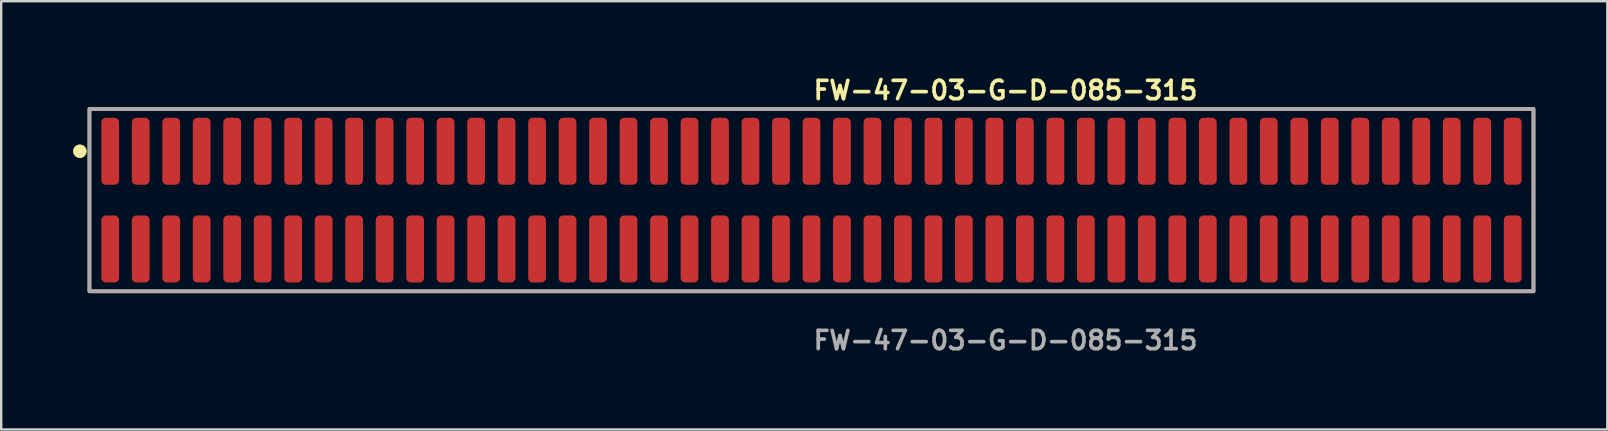
<source format=kicad_pcb>
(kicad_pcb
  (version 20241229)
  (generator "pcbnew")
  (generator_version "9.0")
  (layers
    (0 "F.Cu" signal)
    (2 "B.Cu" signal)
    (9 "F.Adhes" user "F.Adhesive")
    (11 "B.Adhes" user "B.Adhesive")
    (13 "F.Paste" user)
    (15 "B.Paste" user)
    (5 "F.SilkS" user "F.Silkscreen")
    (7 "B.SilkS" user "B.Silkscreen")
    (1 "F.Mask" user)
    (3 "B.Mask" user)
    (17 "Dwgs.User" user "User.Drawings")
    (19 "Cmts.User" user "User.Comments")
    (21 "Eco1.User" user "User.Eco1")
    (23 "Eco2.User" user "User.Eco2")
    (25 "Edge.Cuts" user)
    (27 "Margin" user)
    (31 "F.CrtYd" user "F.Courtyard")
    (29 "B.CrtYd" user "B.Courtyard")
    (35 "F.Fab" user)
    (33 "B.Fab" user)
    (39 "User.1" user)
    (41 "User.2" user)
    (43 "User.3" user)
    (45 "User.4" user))
  (footprint "FW-47-03-G-D-085-315"
    (layer "F.Cu")
    (at 30.751 5.285)
    (property "Reference" "FW-47-03-G-D-085-315" (at 0 -4.572 0) (unlocked yes) (layer "F.SilkS") (effects (font (size 0.762 0.762) (thickness 0.152)) (justify left)))
    (fp_rect (start -30.075 3.8) (end 30.075 -3.8) (stroke (width 0.152) (type solid)) (fill no) (layer "F.SilkS"))
    (fp_circle (center -30.475 -2.035) (end -30.675 -2.035) (stroke (width 0.152) (type solid)) (fill yes) (layer "F.SilkS"))
    (fp_circle (center -30.475 -2.035) (end -30.675 -2.035) (stroke (width 0.152) (type solid)) (fill yes) (layer "F.SilkS"))
    (fp_rect (start -30.075 3.8) (end 30.075 -3.8) (stroke (width 0.006) (type solid)) (fill no) (layer "F.CrtYd"))
    (fp_rect (start -30.075 3.8) (end 30.075 -3.8) (stroke (width 0.152) (type solid)) (fill no) (layer "F.Fab"))
    (fp_text user "${REFERENCE}" (at 0 5.842 0) (unlocked yes) (layer "F.Fab") (effects (font (size 0.762 0.762) (thickness 0.152)) (justify left)))
    (pad "1" smd roundrect (at -29.21 -2.035) (size 0.74 2.79) (layers "F.Cu" "F.Paste") (roundrect_rratio 0.25))
    (pad "2" smd roundrect (at -29.21 2.035) (size 0.74 2.79) (layers "F.Cu" "F.Paste") (roundrect_rratio 0.25))
    (pad "3" smd roundrect (at -27.94 -2.035) (size 0.74 2.79) (layers "F.Cu" "F.Paste") (roundrect_rratio 0.25))
    (pad "4" smd roundrect (at -27.94 2.035) (size 0.74 2.79) (layers "F.Cu" "F.Paste") (roundrect_rratio 0.25))
    (pad "5" smd roundrect (at -26.67 -2.035) (size 0.74 2.79) (layers "F.Cu" "F.Paste") (roundrect_rratio 0.25))
    (pad "6" smd roundrect (at -26.67 2.035) (size 0.74 2.79) (layers "F.Cu" "F.Paste") (roundrect_rratio 0.25))
    (pad "7" smd roundrect (at -25.4 -2.035) (size 0.74 2.79) (layers "F.Cu" "F.Paste") (roundrect_rratio 0.25))
    (pad "8" smd roundrect (at -25.4 2.035) (size 0.74 2.79) (layers "F.Cu" "F.Paste") (roundrect_rratio 0.25))
    (pad "9" smd roundrect (at -24.13 -2.035) (size 0.74 2.79) (layers "F.Cu" "F.Paste") (roundrect_rratio 0.25))
    (pad "10" smd roundrect (at -24.13 2.035) (size 0.74 2.79) (layers "F.Cu" "F.Paste") (roundrect_rratio 0.25))
    (pad "11" smd roundrect (at -22.86 -2.035) (size 0.74 2.79) (layers "F.Cu" "F.Paste") (roundrect_rratio 0.25))
    (pad "12" smd roundrect (at -22.86 2.035) (size 0.74 2.79) (layers "F.Cu" "F.Paste") (roundrect_rratio 0.25))
    (pad "13" smd roundrect (at -21.59 -2.035) (size 0.74 2.79) (layers "F.Cu" "F.Paste") (roundrect_rratio 0.25))
    (pad "14" smd roundrect (at -21.59 2.035) (size 0.74 2.79) (layers "F.Cu" "F.Paste") (roundrect_rratio 0.25))
    (pad "15" smd roundrect (at -20.32 -2.035) (size 0.74 2.79) (layers "F.Cu" "F.Paste") (roundrect_rratio 0.25))
    (pad "16" smd roundrect (at -20.32 2.035) (size 0.74 2.79) (layers "F.Cu" "F.Paste") (roundrect_rratio 0.25))
    (pad "17" smd roundrect (at -19.05 -2.035) (size 0.74 2.79) (layers "F.Cu" "F.Paste") (roundrect_rratio 0.25))
    (pad "18" smd roundrect (at -19.05 2.035) (size 0.74 2.79) (layers "F.Cu" "F.Paste") (roundrect_rratio 0.25))
    (pad "19" smd roundrect (at -17.78 -2.035) (size 0.74 2.79) (layers "F.Cu" "F.Paste") (roundrect_rratio 0.25))
    (pad "20" smd roundrect (at -17.78 2.035) (size 0.74 2.79) (layers "F.Cu" "F.Paste") (roundrect_rratio 0.25))
    (pad "21" smd roundrect (at -16.51 -2.035) (size 0.74 2.79) (layers "F.Cu" "F.Paste") (roundrect_rratio 0.25))
    (pad "22" smd roundrect (at -16.51 2.035) (size 0.74 2.79) (layers "F.Cu" "F.Paste") (roundrect_rratio 0.25))
    (pad "23" smd roundrect (at -15.24 -2.035) (size 0.74 2.79) (layers "F.Cu" "F.Paste") (roundrect_rratio 0.25))
    (pad "24" smd roundrect (at -15.24 2.035) (size 0.74 2.79) (layers "F.Cu" "F.Paste") (roundrect_rratio 0.25))
    (pad "25" smd roundrect (at -13.97 -2.035) (size 0.74 2.79) (layers "F.Cu" "F.Paste") (roundrect_rratio 0.25))
    (pad "26" smd roundrect (at -13.97 2.035) (size 0.74 2.79) (layers "F.Cu" "F.Paste") (roundrect_rratio 0.25))
    (pad "27" smd roundrect (at -12.7 -2.035) (size 0.74 2.79) (layers "F.Cu" "F.Paste") (roundrect_rratio 0.25))
    (pad "28" smd roundrect (at -12.7 2.035) (size 0.74 2.79) (layers "F.Cu" "F.Paste") (roundrect_rratio 0.25))
    (pad "29" smd roundrect (at -11.43 -2.035) (size 0.74 2.79) (layers "F.Cu" "F.Paste") (roundrect_rratio 0.25))
    (pad "30" smd roundrect (at -11.43 2.035) (size 0.74 2.79) (layers "F.Cu" "F.Paste") (roundrect_rratio 0.25))
    (pad "31" smd roundrect (at -10.16 -2.035) (size 0.74 2.79) (layers "F.Cu" "F.Paste") (roundrect_rratio 0.25))
    (pad "32" smd roundrect (at -10.16 2.035) (size 0.74 2.79) (layers "F.Cu" "F.Paste") (roundrect_rratio 0.25))
    (pad "33" smd roundrect (at -8.89 -2.035) (size 0.74 2.79) (layers "F.Cu" "F.Paste") (roundrect_rratio 0.25))
    (pad "34" smd roundrect (at -8.89 2.035) (size 0.74 2.79) (layers "F.Cu" "F.Paste") (roundrect_rratio 0.25))
    (pad "35" smd roundrect (at -7.62 -2.035) (size 0.74 2.79) (layers "F.Cu" "F.Paste") (roundrect_rratio 0.25))
    (pad "36" smd roundrect (at -7.62 2.035) (size 0.74 2.79) (layers "F.Cu" "F.Paste") (roundrect_rratio 0.25))
    (pad "37" smd roundrect (at -6.35 -2.035) (size 0.74 2.79) (layers "F.Cu" "F.Paste") (roundrect_rratio 0.25))
    (pad "38" smd roundrect (at -6.35 2.035) (size 0.74 2.79) (layers "F.Cu" "F.Paste") (roundrect_rratio 0.25))
    (pad "39" smd roundrect (at -5.08 -2.035) (size 0.74 2.79) (layers "F.Cu" "F.Paste") (roundrect_rratio 0.25))
    (pad "40" smd roundrect (at -5.08 2.035) (size 0.74 2.79) (layers "F.Cu" "F.Paste") (roundrect_rratio 0.25))
    (pad "41" smd roundrect (at -3.81 -2.035) (size 0.74 2.79) (layers "F.Cu" "F.Paste") (roundrect_rratio 0.25))
    (pad "42" smd roundrect (at -3.81 2.035) (size 0.74 2.79) (layers "F.Cu" "F.Paste") (roundrect_rratio 0.25))
    (pad "43" smd roundrect (at -2.54 -2.035) (size 0.74 2.79) (layers "F.Cu" "F.Paste") (roundrect_rratio 0.25))
    (pad "44" smd roundrect (at -2.54 2.035) (size 0.74 2.79) (layers "F.Cu" "F.Paste") (roundrect_rratio 0.25))
    (pad "45" smd roundrect (at -1.27 -2.035) (size 0.74 2.79) (layers "F.Cu" "F.Paste") (roundrect_rratio 0.25))
    (pad "46" smd roundrect (at -1.27 2.035) (size 0.74 2.79) (layers "F.Cu" "F.Paste") (roundrect_rratio 0.25))
    (pad "47" smd roundrect (at 0 -2.035) (size 0.74 2.79) (layers "F.Cu" "F.Paste") (roundrect_rratio 0.25))
    (pad "48" smd roundrect (at 0 2.035) (size 0.74 2.79) (layers "F.Cu" "F.Paste") (roundrect_rratio 0.25))
    (pad "49" smd roundrect (at 1.27 -2.035) (size 0.74 2.79) (layers "F.Cu" "F.Paste") (roundrect_rratio 0.25))
    (pad "50" smd roundrect (at 1.27 2.035) (size 0.74 2.79) (layers "F.Cu" "F.Paste") (roundrect_rratio 0.25))
    (pad "51" smd roundrect (at 2.54 -2.035) (size 0.74 2.79) (layers "F.Cu" "F.Paste") (roundrect_rratio 0.25))
    (pad "52" smd roundrect (at 2.54 2.035) (size 0.74 2.79) (layers "F.Cu" "F.Paste") (roundrect_rratio 0.25))
    (pad "53" smd roundrect (at 3.81 -2.035) (size 0.74 2.79) (layers "F.Cu" "F.Paste") (roundrect_rratio 0.25))
    (pad "54" smd roundrect (at 3.81 2.035) (size 0.74 2.79) (layers "F.Cu" "F.Paste") (roundrect_rratio 0.25))
    (pad "55" smd roundrect (at 5.08 -2.035) (size 0.74 2.79) (layers "F.Cu" "F.Paste") (roundrect_rratio 0.25))
    (pad "56" smd roundrect (at 5.08 2.035) (size 0.74 2.79) (layers "F.Cu" "F.Paste") (roundrect_rratio 0.25))
    (pad "57" smd roundrect (at 6.35 -2.035) (size 0.74 2.79) (layers "F.Cu" "F.Paste") (roundrect_rratio 0.25))
    (pad "58" smd roundrect (at 6.35 2.035) (size 0.74 2.79) (layers "F.Cu" "F.Paste") (roundrect_rratio 0.25))
    (pad "59" smd roundrect (at 7.62 -2.035) (size 0.74 2.79) (layers "F.Cu" "F.Paste") (roundrect_rratio 0.25))
    (pad "60" smd roundrect (at 7.62 2.035) (size 0.74 2.79) (layers "F.Cu" "F.Paste") (roundrect_rratio 0.25))
    (pad "61" smd roundrect (at 8.89 -2.035) (size 0.74 2.79) (layers "F.Cu" "F.Paste") (roundrect_rratio 0.25))
    (pad "62" smd roundrect (at 8.89 2.035) (size 0.74 2.79) (layers "F.Cu" "F.Paste") (roundrect_rratio 0.25))
    (pad "63" smd roundrect (at 10.16 -2.035) (size 0.74 2.79) (layers "F.Cu" "F.Paste") (roundrect_rratio 0.25))
    (pad "64" smd roundrect (at 10.16 2.035) (size 0.74 2.79) (layers "F.Cu" "F.Paste") (roundrect_rratio 0.25))
    (pad "65" smd roundrect (at 11.43 -2.035) (size 0.74 2.79) (layers "F.Cu" "F.Paste") (roundrect_rratio 0.25))
    (pad "66" smd roundrect (at 11.43 2.035) (size 0.74 2.79) (layers "F.Cu" "F.Paste") (roundrect_rratio 0.25))
    (pad "67" smd roundrect (at 12.7 -2.035) (size 0.74 2.79) (layers "F.Cu" "F.Paste") (roundrect_rratio 0.25))
    (pad "68" smd roundrect (at 12.7 2.035) (size 0.74 2.79) (layers "F.Cu" "F.Paste") (roundrect_rratio 0.25))
    (pad "69" smd roundrect (at 13.97 -2.035) (size 0.74 2.79) (layers "F.Cu" "F.Paste") (roundrect_rratio 0.25))
    (pad "70" smd roundrect (at 13.97 2.035) (size 0.74 2.79) (layers "F.Cu" "F.Paste") (roundrect_rratio 0.25))
    (pad "71" smd roundrect (at 15.24 -2.035) (size 0.74 2.79) (layers "F.Cu" "F.Paste") (roundrect_rratio 0.25))
    (pad "72" smd roundrect (at 15.24 2.035) (size 0.74 2.79) (layers "F.Cu" "F.Paste") (roundrect_rratio 0.25))
    (pad "73" smd roundrect (at 16.51 -2.035) (size 0.74 2.79) (layers "F.Cu" "F.Paste") (roundrect_rratio 0.25))
    (pad "74" smd roundrect (at 16.51 2.035) (size 0.74 2.79) (layers "F.Cu" "F.Paste") (roundrect_rratio 0.25))
    (pad "75" smd roundrect (at 17.78 -2.035) (size 0.74 2.79) (layers "F.Cu" "F.Paste") (roundrect_rratio 0.25))
    (pad "76" smd roundrect (at 17.78 2.035) (size 0.74 2.79) (layers "F.Cu" "F.Paste") (roundrect_rratio 0.25))
    (pad "77" smd roundrect (at 19.05 -2.035) (size 0.74 2.79) (layers "F.Cu" "F.Paste") (roundrect_rratio 0.25))
    (pad "78" smd roundrect (at 19.05 2.035) (size 0.74 2.79) (layers "F.Cu" "F.Paste") (roundrect_rratio 0.25))
    (pad "79" smd roundrect (at 20.32 -2.035) (size 0.74 2.79) (layers "F.Cu" "F.Paste") (roundrect_rratio 0.25))
    (pad "80" smd roundrect (at 20.32 2.035) (size 0.74 2.79) (layers "F.Cu" "F.Paste") (roundrect_rratio 0.25))
    (pad "81" smd roundrect (at 21.59 -2.035) (size 0.74 2.79) (layers "F.Cu" "F.Paste") (roundrect_rratio 0.25))
    (pad "82" smd roundrect (at 21.59 2.035) (size 0.74 2.79) (layers "F.Cu" "F.Paste") (roundrect_rratio 0.25))
    (pad "83" smd roundrect (at 22.86 -2.035) (size 0.74 2.79) (layers "F.Cu" "F.Paste") (roundrect_rratio 0.25))
    (pad "84" smd roundrect (at 22.86 2.035) (size 0.74 2.79) (layers "F.Cu" "F.Paste") (roundrect_rratio 0.25))
    (pad "85" smd roundrect (at 24.13 -2.035) (size 0.74 2.79) (layers "F.Cu" "F.Paste") (roundrect_rratio 0.25))
    (pad "86" smd roundrect (at 24.13 2.035) (size 0.74 2.79) (layers "F.Cu" "F.Paste") (roundrect_rratio 0.25))
    (pad "87" smd roundrect (at 25.4 -2.035) (size 0.74 2.79) (layers "F.Cu" "F.Paste") (roundrect_rratio 0.25))
    (pad "88" smd roundrect (at 25.4 2.035) (size 0.74 2.79) (layers "F.Cu" "F.Paste") (roundrect_rratio 0.25))
    (pad "89" smd roundrect (at 26.67 -2.035) (size 0.74 2.79) (layers "F.Cu" "F.Paste") (roundrect_rratio 0.25))
    (pad "90" smd roundrect (at 26.67 2.035) (size 0.74 2.79) (layers "F.Cu" "F.Paste") (roundrect_rratio 0.25))
    (pad "91" smd roundrect (at 27.94 -2.035) (size 0.74 2.79) (layers "F.Cu" "F.Paste") (roundrect_rratio 0.25))
    (pad "92" smd roundrect (at 27.94 2.035) (size 0.74 2.79) (layers "F.Cu" "F.Paste") (roundrect_rratio 0.25))
    (pad "93" smd roundrect (at 29.21 -2.035) (size 0.74 2.79) (layers "F.Cu" "F.Paste") (roundrect_rratio 0.25))
    (pad "94" smd roundrect (at 29.21 2.035) (size 0.74 2.79) (layers "F.Cu" "F.Paste") (roundrect_rratio 0.25)))
  (gr_rect
    (start -3 -3)
    (end 63.902 14.84)
    (stroke (width 0.1) (type default))
    (fill no)
    (layer "Edge.Cuts")))
</source>
